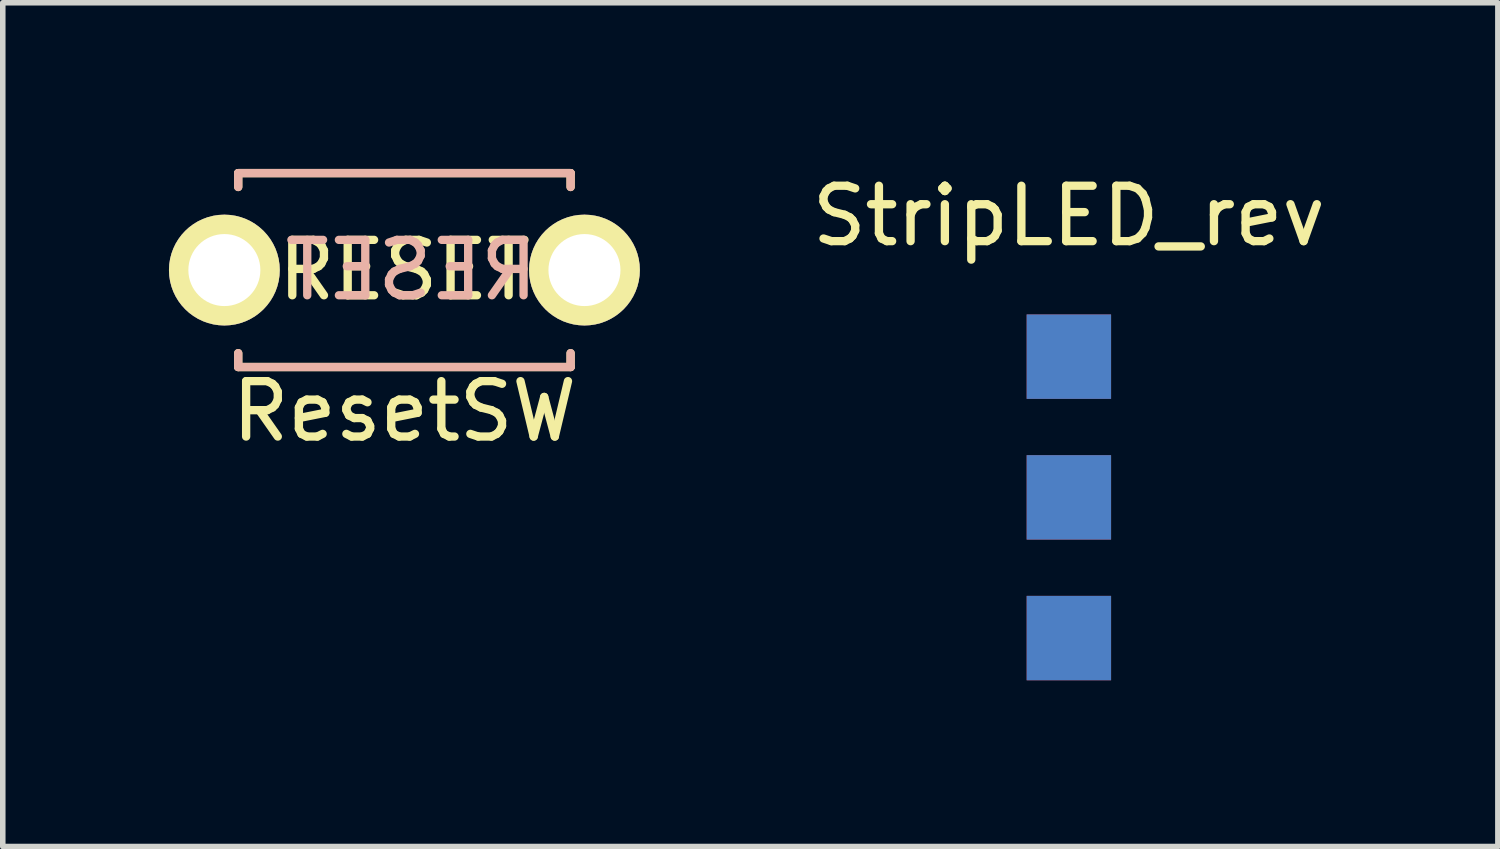
<source format=kicad_pcb>
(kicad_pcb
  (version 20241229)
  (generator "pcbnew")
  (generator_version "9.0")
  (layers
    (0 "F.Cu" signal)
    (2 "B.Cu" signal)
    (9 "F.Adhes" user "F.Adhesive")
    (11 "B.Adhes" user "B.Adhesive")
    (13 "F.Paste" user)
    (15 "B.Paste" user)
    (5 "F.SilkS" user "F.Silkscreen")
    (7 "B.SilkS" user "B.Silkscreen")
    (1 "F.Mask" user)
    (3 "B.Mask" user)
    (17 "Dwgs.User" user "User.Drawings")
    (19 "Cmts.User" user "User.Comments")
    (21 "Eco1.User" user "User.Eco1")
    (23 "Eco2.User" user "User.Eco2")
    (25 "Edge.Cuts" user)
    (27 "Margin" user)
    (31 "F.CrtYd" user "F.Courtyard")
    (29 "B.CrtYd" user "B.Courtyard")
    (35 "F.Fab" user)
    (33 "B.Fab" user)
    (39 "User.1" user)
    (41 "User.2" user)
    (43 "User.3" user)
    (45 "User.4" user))
  (footprint "StripLED_rev"
    (layer "F.Cu")
    (at 16.244 3.388)
    (property "Reference" "StripLED_rev" (at 0 -2.54 0) (layer "F.SilkS") (effects (font (size 1 1) (thickness 0.15))))
    (attr through_hole)
    (pad "1" smd rect (at 0 0) (size 1.524 1.524) (layers "F.Cu" "F.Mask" "F.Paste"))
    (pad "1" smd rect (at 0 5.08) (size 1.524 1.524) (layers "B.Cu" "B.Mask" "B.Paste"))
    (pad "2" smd rect (at 0 2.54) (size 1.524 1.524) (layers "F.Cu" "F.Mask" "F.Paste"))
    (pad "2" smd rect (at 0 2.54) (size 1.524 1.524) (layers "B.Cu" "B.Mask" "B.Paste"))
    (pad "3" smd rect (at 0 0) (size 1.524 1.524) (layers "B.Cu" "B.Mask" "B.Paste"))
    (pad "3" smd rect (at 0 5.08) (size 1.524 1.524) (layers "F.Cu" "F.Mask" "F.Paste")))
  (footprint "ResetSW"
    (layer "F.Cu")
    (at 4.25 1.825)
    (property "Reference" "ResetSW" (at 0 2.55 0) (layer "F.SilkS") (effects (font (size 1 1) (thickness 0.15))))
    (attr through_hole)
    (fp_line (start -3 -1.75) (end -3 -1.5) (stroke (width 0.15) (type solid)) (layer "F.SilkS"))
    (fp_line (start -3 -1.75) (end 3 -1.75) (stroke (width 0.15) (type solid)) (layer "F.SilkS"))
    (fp_line (start -3 1.75) (end -3 1.5) (stroke (width 0.15) (type solid)) (layer "F.SilkS"))
    (fp_line (start -3 1.75) (end 3 1.75) (stroke (width 0.15) (type solid)) (layer "F.SilkS"))
    (fp_line (start 3 -1.75) (end 3 -1.5) (stroke (width 0.15) (type solid)) (layer "F.SilkS"))
    (fp_line (start 3 1.75) (end 3 1.5) (stroke (width 0.15) (type solid)) (layer "F.SilkS"))
    (fp_line (start -3 -1.75) (end 3 -1.75) (stroke (width 0.15) (type solid)) (layer "B.SilkS"))
    (fp_line (start -3 -1.5) (end -3 -1.75) (stroke (width 0.15) (type solid)) (layer "B.SilkS"))
    (fp_line (start -3 1.75) (end -3 1.5) (stroke (width 0.15) (type solid)) (layer "B.SilkS"))
    (fp_line (start 3 -1.75) (end 3 -1.5) (stroke (width 0.15) (type solid)) (layer "B.SilkS"))
    (fp_line (start 3 1.5) (end 3 1.75) (stroke (width 0.15) (type solid)) (layer "B.SilkS"))
    (fp_line (start 3 1.75) (end -3 1.75) (stroke (width 0.15) (type solid)) (layer "B.SilkS"))
    (fp_text user "RESET" (at 0 0 0) (layer "F.SilkS") (effects (font (size 1 1) (thickness 0.15))))
    (fp_text user "RESET" (at 0.127 0 0) (layer "B.SilkS") (effects (font (size 1 1) (thickness 0.15)) (justify mirror)))
    (pad "1" thru_hole circle (at 3.25 0) (size 2 2) (drill 1.3) (layers "*.Cu" "*.Mask" "F.SilkS"))
    (pad "2" thru_hole circle (at -3.25 0) (size 2 2) (drill 1.3) (layers "*.Cu" "*.Mask" "F.SilkS")))
  (gr_rect
    (start -3 -3)
    (end 23.988 12.23)
    (stroke (width 0.1) (type default))
    (fill no)
    (layer "Edge.Cuts")))
</source>
